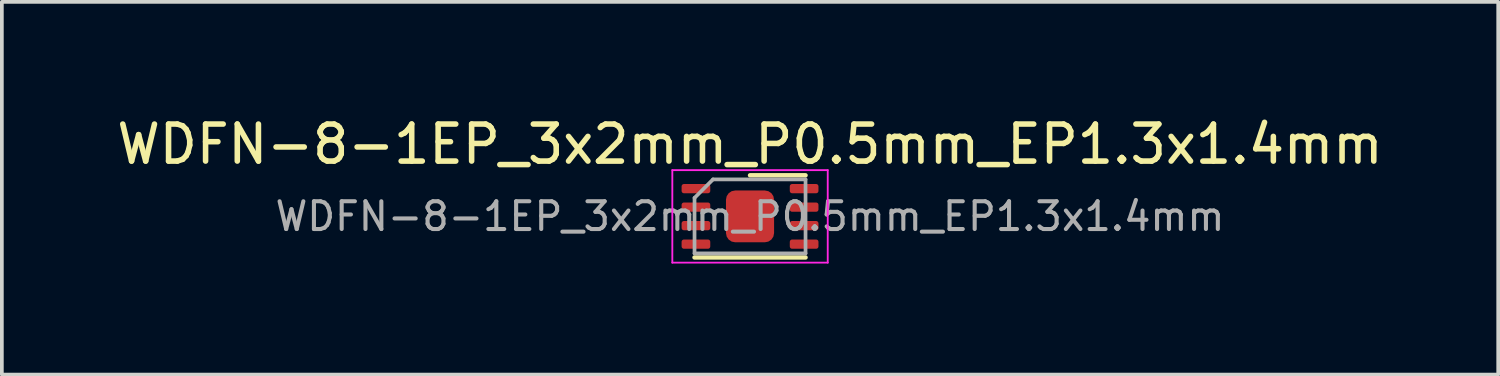
<source format=kicad_pcb>
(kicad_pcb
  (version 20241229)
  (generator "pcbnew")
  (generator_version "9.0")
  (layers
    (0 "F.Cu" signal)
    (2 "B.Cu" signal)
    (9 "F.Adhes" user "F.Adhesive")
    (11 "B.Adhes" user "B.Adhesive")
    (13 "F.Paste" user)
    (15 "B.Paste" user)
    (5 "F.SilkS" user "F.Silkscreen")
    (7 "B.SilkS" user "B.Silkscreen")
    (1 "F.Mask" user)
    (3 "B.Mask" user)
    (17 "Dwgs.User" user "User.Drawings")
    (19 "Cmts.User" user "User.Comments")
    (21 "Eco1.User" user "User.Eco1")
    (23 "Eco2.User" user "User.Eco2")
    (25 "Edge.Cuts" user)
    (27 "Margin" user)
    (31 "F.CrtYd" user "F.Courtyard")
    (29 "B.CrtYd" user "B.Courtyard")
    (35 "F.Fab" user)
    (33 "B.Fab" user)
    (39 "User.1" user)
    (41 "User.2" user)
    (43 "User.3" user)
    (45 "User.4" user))
  (footprint "WDFN-8-1EP_3x2mm_P0.5mm_EP1.3x1.4mm"
    (layer "F.Cu")
    (at 17.22 2.798)
    (property "Reference" "WDFN-8-1EP_3x2mm_P0.5mm_EP1.3x1.4mm" (at 0 -1.95 0) (layer "F.SilkS") (effects (font (size 1 1) (thickness 0.15))))
    (attr smd)
    (fp_line (start -1.5 1.11) (end 1.5 1.11) (stroke (width 0.12) (type solid)) (layer "F.SilkS"))
    (fp_line (start 0 -1.11) (end 1.5 -1.11) (stroke (width 0.12) (type solid)) (layer "F.SilkS"))
    (fp_line (start -2.1 -1.25) (end -2.1 1.25) (stroke (width 0.05) (type solid)) (layer "F.CrtYd"))
    (fp_line (start -2.1 1.25) (end 2.1 1.25) (stroke (width 0.05) (type solid)) (layer "F.CrtYd"))
    (fp_line (start 2.1 -1.25) (end -2.1 -1.25) (stroke (width 0.05) (type solid)) (layer "F.CrtYd"))
    (fp_line (start 2.1 1.25) (end 2.1 -1.25) (stroke (width 0.05) (type solid)) (layer "F.CrtYd"))
    (fp_line (start -1.5 -0.5) (end -1 -1) (stroke (width 0.1) (type solid)) (layer "F.Fab"))
    (fp_line (start -1.5 1) (end -1.5 -0.5) (stroke (width 0.1) (type solid)) (layer "F.Fab"))
    (fp_line (start -1 -1) (end 1.5 -1) (stroke (width 0.1) (type solid)) (layer "F.Fab"))
    (fp_line (start 1.5 -1) (end 1.5 1) (stroke (width 0.1) (type solid)) (layer "F.Fab"))
    (fp_line (start 1.5 1) (end -1.5 1) (stroke (width 0.1) (type solid)) (layer "F.Fab"))
    (fp_text user "${REFERENCE}" (at 0 0 0) (layer "F.Fab") (effects (font (size 0.75 0.75) (thickness 0.11))))
    (pad "" smd roundrect (at -0.325 -0.35) (size 0.52 0.56) (layers "F.Paste") (roundrect_rratio 0.25))
    (pad "" smd roundrect (at -0.325 0.35) (size 0.52 0.56) (layers "F.Paste") (roundrect_rratio 0.25))
    (pad "" smd roundrect (at 0.325 -0.35) (size 0.52 0.56) (layers "F.Paste") (roundrect_rratio 0.25))
    (pad "" smd roundrect (at 0.325 0.35) (size 0.52 0.56) (layers "F.Paste") (roundrect_rratio 0.25))
    (pad "1" smd roundrect (at -1.462 -0.75) (size 0.775 0.25) (layers "F.Cu" "F.Mask" "F.Paste") (roundrect_rratio 0.25))
    (pad "2" smd roundrect (at -1.462 -0.25) (size 0.775 0.25) (layers "F.Cu" "F.Mask" "F.Paste") (roundrect_rratio 0.25))
    (pad "3" smd roundrect (at -1.462 0.25) (size 0.775 0.25) (layers "F.Cu" "F.Mask" "F.Paste") (roundrect_rratio 0.25))
    (pad "4" smd roundrect (at -1.462 0.75) (size 0.775 0.25) (layers "F.Cu" "F.Mask" "F.Paste") (roundrect_rratio 0.25))
    (pad "5" smd roundrect (at 1.462 0.75) (size 0.775 0.25) (layers "F.Cu" "F.Mask" "F.Paste") (roundrect_rratio 0.25))
    (pad "6" smd roundrect (at 1.462 0.25) (size 0.775 0.25) (layers "F.Cu" "F.Mask" "F.Paste") (roundrect_rratio 0.25))
    (pad "7" smd roundrect (at 1.462 -0.25) (size 0.775 0.25) (layers "F.Cu" "F.Mask" "F.Paste") (roundrect_rratio 0.25))
    (pad "8" smd roundrect (at 1.462 -0.75) (size 0.775 0.25) (layers "F.Cu" "F.Mask" "F.Paste") (roundrect_rratio 0.25))
    (pad "9" smd roundrect (at 0 0) (size 1.3 1.4) (layers "F.Cu" "F.Mask") (roundrect_rratio 0.192)))
  (gr_rect
    (start -3 -3)
    (end 37.44 7.073)
    (stroke (width 0.1) (type default))
    (fill no)
    (layer "Edge.Cuts")))
</source>
